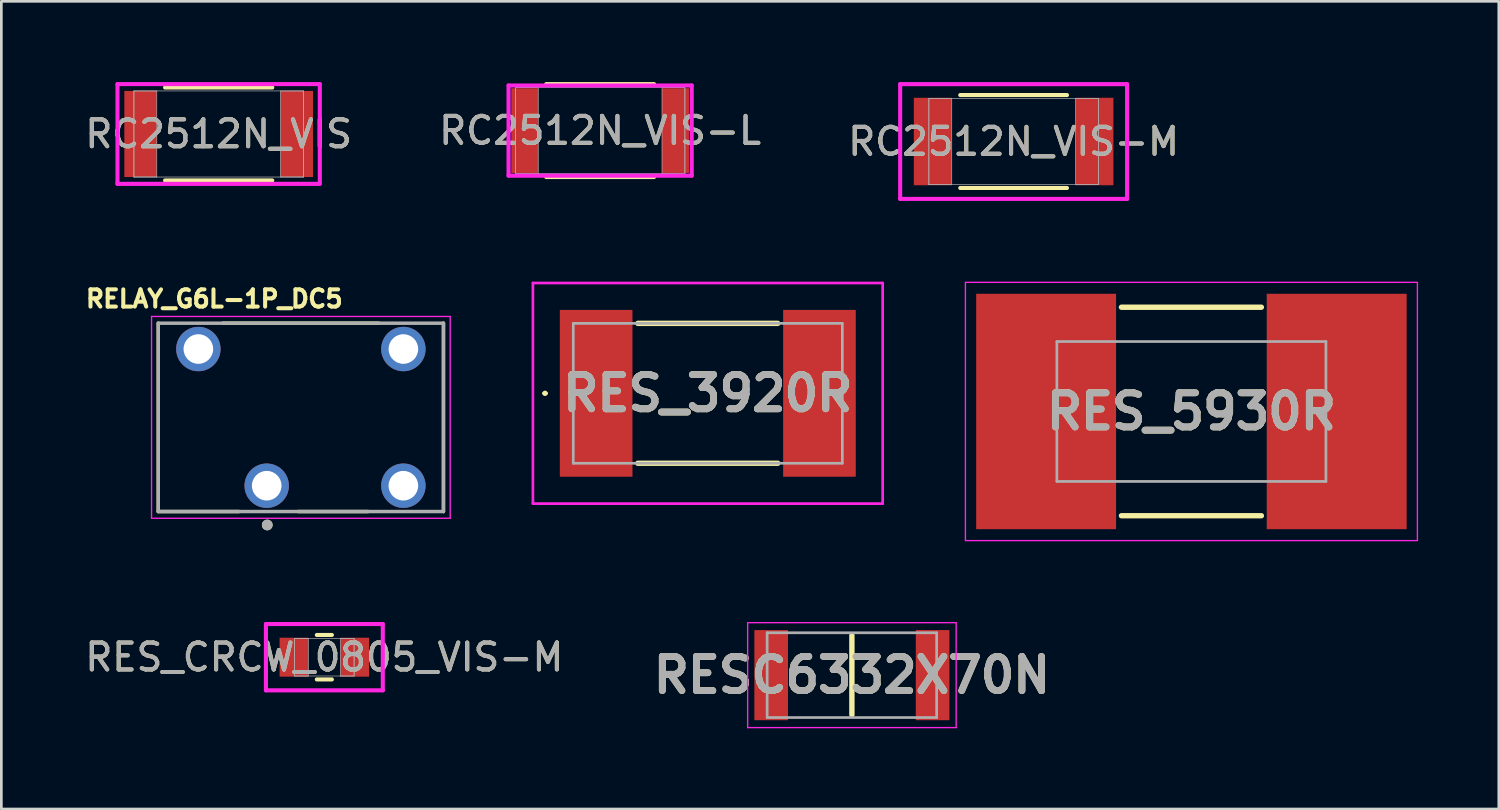
<source format=kicad_pcb>
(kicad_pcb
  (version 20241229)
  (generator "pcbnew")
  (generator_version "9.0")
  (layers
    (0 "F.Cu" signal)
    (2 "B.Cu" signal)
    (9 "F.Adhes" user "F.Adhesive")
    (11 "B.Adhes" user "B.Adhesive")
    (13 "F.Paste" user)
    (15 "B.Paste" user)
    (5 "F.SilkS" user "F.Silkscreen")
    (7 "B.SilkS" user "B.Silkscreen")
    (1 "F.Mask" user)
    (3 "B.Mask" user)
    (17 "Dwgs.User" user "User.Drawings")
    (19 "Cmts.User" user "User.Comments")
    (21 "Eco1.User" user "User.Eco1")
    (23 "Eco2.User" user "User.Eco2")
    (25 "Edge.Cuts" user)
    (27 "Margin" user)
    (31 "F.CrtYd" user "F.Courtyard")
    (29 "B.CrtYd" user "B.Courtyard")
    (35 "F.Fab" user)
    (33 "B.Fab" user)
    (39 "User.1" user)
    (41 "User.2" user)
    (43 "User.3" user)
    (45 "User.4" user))
  (footprint "RELAY_G6L-1P_DC5"
    (layer "F.Cu")
    (at 8.133 12.463)
    (property "Reference" "RELAY_G6L-1P_DC5" (at -3.218 -4.406 0) (layer "F.SilkS") (effects (font (size 0.64 0.64) (thickness 0.15))))
    (attr through_hole)
    (fp_line (start -5.3 -3.5) (end -5.3 3.5) (stroke (width 0.127) (type solid)) (layer "F.SilkS"))
    (fp_line (start -5.3 3.5) (end -2.3 3.5) (stroke (width 0.127) (type solid)) (layer "F.SilkS"))
    (fp_line (start -0.1 3.5) (end 2.5 3.5) (stroke (width 0.127) (type solid)) (layer "F.SilkS"))
    (fp_line (start 2.9 -3.5) (end -2.9 -3.5) (stroke (width 0.127) (type solid)) (layer "F.SilkS"))
    (fp_line (start 5.3 3.5) (end 5.3 -3.5) (stroke (width 0.127) (type solid)) (layer "F.SilkS"))
    (fp_circle (center -1.25 4) (end -1.15 4) (stroke (width 0.2) (type solid)) (fill no) (layer "F.SilkS"))
    (fp_line (start -5.55 -3.75) (end -5.55 3.75) (stroke (width 0.05) (type solid)) (layer "F.CrtYd"))
    (fp_line (start -5.55 3.75) (end 5.55 3.75) (stroke (width 0.05) (type solid)) (layer "F.CrtYd"))
    (fp_line (start 5.55 -3.75) (end -5.55 -3.75) (stroke (width 0.05) (type solid)) (layer "F.CrtYd"))
    (fp_line (start 5.55 3.75) (end 5.55 -3.75) (stroke (width 0.05) (type solid)) (layer "F.CrtYd"))
    (fp_line (start -5.3 -3.5) (end -5.3 3.5) (stroke (width 0.127) (type solid)) (layer "F.Fab"))
    (fp_line (start -5.3 3.5) (end 5.3 3.5) (stroke (width 0.127) (type solid)) (layer "F.Fab"))
    (fp_line (start 5.3 -3.5) (end -5.3 -3.5) (stroke (width 0.127) (type solid)) (layer "F.Fab"))
    (fp_line (start 5.3 3.5) (end 5.3 -3.5) (stroke (width 0.127) (type solid)) (layer "F.Fab"))
    (fp_circle (center -1.25 4) (end -1.15 4) (stroke (width 0.2) (type solid)) (fill no) (layer "F.Fab"))
    (pad "2" thru_hole circle (at -1.27 2.54) (size 1.65 1.65) (drill 1.1) (layers "*.Cu" "*.Mask"))
    (pad "4" thru_hole circle (at 3.81 2.54) (size 1.65 1.65) (drill 1.1) (layers "*.Cu" "*.Mask"))
    (pad "5" thru_hole circle (at 3.81 -2.54) (size 1.65 1.65) (drill 1.1) (layers "*.Cu" "*.Mask"))
    (pad "8" thru_hole circle (at -3.81 -2.54) (size 1.65 1.65) (drill 1.1) (layers "*.Cu" "*.Mask")))
  (footprint "RC2512N_VIS-M"
    (layer "F.Cu")
    (at 34.625 2.21)
    (property "Reference" "RC2512N_VIS-M" (at 0 0 0) (unlocked yes) (layer "F.SilkS") (effects (font (size 1 1) (thickness 0.15))))
    (attr smd)
    (fp_line (start -1.983 1.727) (end 1.983 1.727) (stroke (width 0.152) (type solid)) (layer "F.SilkS"))
    (fp_line (start 1.983 -1.727) (end -1.983 -1.727) (stroke (width 0.152) (type solid)) (layer "F.SilkS"))
    (fp_line (start -4.217 -2.133) (end 4.217 -2.133) (stroke (width 0.152) (type solid)) (layer "F.CrtYd"))
    (fp_line (start -4.217 2.133) (end -4.217 -2.133) (stroke (width 0.152) (type solid)) (layer "F.CrtYd"))
    (fp_line (start 4.217 -2.133) (end 4.217 2.133) (stroke (width 0.152) (type solid)) (layer "F.CrtYd"))
    (fp_line (start 4.217 2.133) (end -4.217 2.133) (stroke (width 0.152) (type solid)) (layer "F.CrtYd"))
    (fp_line (start -3.15 -1.6) (end -3.15 1.6) (stroke (width 0.025) (type solid)) (layer "F.Fab"))
    (fp_line (start -3.15 -1.6) (end -3.15 1.6) (stroke (width 0.025) (type solid)) (layer "F.Fab"))
    (fp_line (start -3.15 1.6) (end -2.3 1.6) (stroke (width 0.025) (type solid)) (layer "F.Fab"))
    (fp_line (start -3.15 1.6) (end 3.15 1.6) (stroke (width 0.025) (type solid)) (layer "F.Fab"))
    (fp_line (start -2.3 -1.6) (end -3.15 -1.6) (stroke (width 0.025) (type solid)) (layer "F.Fab"))
    (fp_line (start -2.3 1.6) (end -2.3 -1.6) (stroke (width 0.025) (type solid)) (layer "F.Fab"))
    (fp_line (start 2.3 -1.6) (end 2.3 1.6) (stroke (width 0.025) (type solid)) (layer "F.Fab"))
    (fp_line (start 2.3 1.6) (end 3.15 1.6) (stroke (width 0.025) (type solid)) (layer "F.Fab"))
    (fp_line (start 3.15 -1.6) (end -3.15 -1.6) (stroke (width 0.025) (type solid)) (layer "F.Fab"))
    (fp_line (start 3.15 -1.6) (end 2.3 -1.6) (stroke (width 0.025) (type solid)) (layer "F.Fab"))
    (fp_line (start 3.15 1.6) (end 3.15 -1.6) (stroke (width 0.025) (type solid)) (layer "F.Fab"))
    (fp_line (start 3.15 1.6) (end 3.15 -1.6) (stroke (width 0.025) (type solid)) (layer "F.Fab"))
    (fp_text user "${REFERENCE}" (at 0 0 0) (unlocked yes) (layer "F.Fab") (effects (font (size 1 1) (thickness 0.15))))
    (pad "1" smd rect (at -3.004 0) (size 1.409 3.251) (layers "F.Cu" "F.Mask" "F.Paste"))
    (pad "2" smd rect (at 3.004 0) (size 1.409 3.251) (layers "F.Cu" "F.Mask" "F.Paste"))
    (zone (net_name "") (layer "F.Cu") (hatch full 0.508) (connect_pads) (min_thickness 0.254) (filled_areas_thickness no) (keepout (tracks not_allowed) (vias not_allowed) (pads allowed) (copperpour not_allowed) (footprints allowed)) (placement (enabled no)) (fill) (polygon (pts (xy 32.376 0.66) (xy 36.874 0.66) (xy 36.874 3.759) (xy 32.376 3.759)))))
  (footprint "RES_CRCW_0805_VIS-M"
    (layer "F.Cu")
    (at 9.006 21.377)
    (property "Reference" "RES_CRCW_0805_VIS-M" (at 0 0 0) (unlocked yes) (layer "F.SilkS") (effects (font (size 1 1) (thickness 0.15))))
    (attr smd)
    (fp_line (start -0.28 0.826) (end 0.28 0.826) (stroke (width 0.152) (type solid)) (layer "F.SilkS"))
    (fp_line (start 0.28 -0.826) (end -0.28 -0.826) (stroke (width 0.152) (type solid)) (layer "F.SilkS"))
    (fp_line (start -2.172 -1.232) (end 2.172 -1.232) (stroke (width 0.152) (type solid)) (layer "F.CrtYd"))
    (fp_line (start -2.172 1.232) (end -2.172 -1.232) (stroke (width 0.152) (type solid)) (layer "F.CrtYd"))
    (fp_line (start 2.172 -1.232) (end 2.172 1.232) (stroke (width 0.152) (type solid)) (layer "F.CrtYd"))
    (fp_line (start 2.172 1.232) (end -2.172 1.232) (stroke (width 0.152) (type solid)) (layer "F.CrtYd"))
    (fp_line (start -1.105 -0.699) (end -1.105 0.699) (stroke (width 0.025) (type solid)) (layer "F.Fab"))
    (fp_line (start -1.105 -0.699) (end -1.105 0.699) (stroke (width 0.025) (type solid)) (layer "F.Fab"))
    (fp_line (start -1.105 0.699) (end -0.597 0.699) (stroke (width 0.025) (type solid)) (layer "F.Fab"))
    (fp_line (start -1.105 0.699) (end 1.105 0.699) (stroke (width 0.025) (type solid)) (layer "F.Fab"))
    (fp_line (start -0.597 -0.699) (end -1.105 -0.699) (stroke (width 0.025) (type solid)) (layer "F.Fab"))
    (fp_line (start -0.597 0.699) (end -0.597 -0.699) (stroke (width 0.025) (type solid)) (layer "F.Fab"))
    (fp_line (start 0.597 -0.699) (end 0.597 0.699) (stroke (width 0.025) (type solid)) (layer "F.Fab"))
    (fp_line (start 0.597 0.699) (end 1.105 0.699) (stroke (width 0.025) (type solid)) (layer "F.Fab"))
    (fp_line (start 1.105 -0.699) (end -1.105 -0.699) (stroke (width 0.025) (type solid)) (layer "F.Fab"))
    (fp_line (start 1.105 -0.699) (end 0.597 -0.699) (stroke (width 0.025) (type solid)) (layer "F.Fab"))
    (fp_line (start 1.105 0.699) (end 1.105 -0.699) (stroke (width 0.025) (type solid)) (layer "F.Fab"))
    (fp_line (start 1.105 0.699) (end 1.105 -0.699) (stroke (width 0.025) (type solid)) (layer "F.Fab"))
    (fp_text user "${REFERENCE}" (at 0 0 0) (unlocked yes) (layer "F.Fab") (effects (font (size 1 1) (thickness 0.15))))
    (pad "1" smd rect (at -1.13 0) (size 1.067 1.448) (layers "F.Cu" "F.Mask" "F.Paste"))
    (pad "2" smd rect (at 1.13 0) (size 1.067 1.448) (layers "F.Cu" "F.Mask" "F.Paste"))
    (zone (net_name "") (layer "F.Cu") (hatch full 0.508) (connect_pads) (min_thickness 0.254) (filled_areas_thickness no) (keepout (tracks not_allowed) (vias not_allowed) (pads allowed) (copperpour not_allowed) (footprints allowed)) (placement (enabled no)) (fill) (polygon (pts (xy 8.46 20.73) (xy 9.552 20.73) (xy 9.552 22.025) (xy 8.46 22.025)))))
  (footprint "RES_3920R"
    (layer "F.Cu")
    (at 23.258 11.569)
    (property "Reference" "RES_3920R" (at 0 0 0) (layer "F.SilkS") (effects (font (size 1.27 1.27) (thickness 0.254))))
    (attr smd)
    (fp_line (start -6.1 0) (end -6.1 0) (stroke (width 0.1) (type solid)) (layer "F.SilkS"))
    (fp_line (start -6 0) (end -6 0) (stroke (width 0.1) (type solid)) (layer "F.SilkS"))
    (fp_line (start -2.6 -2.6) (end 2.6 -2.6) (stroke (width 0.2) (type solid)) (layer "F.SilkS"))
    (fp_line (start -2.6 2.6) (end 2.6 2.6) (stroke (width 0.2) (type solid)) (layer "F.SilkS"))
    (fp_arc (start -6.1 0) (mid -6.05 -0.05) (end -6 0) (stroke (width 0.1) (type solid)) (layer "F.SilkS"))
    (fp_arc (start -6 0) (mid -6.05 0.05) (end -6.1 0) (stroke (width 0.1) (type solid)) (layer "F.SilkS"))
    (fp_line (start -6.5 -4.1) (end 6.5 -4.1) (stroke (width 0.1) (type solid)) (layer "F.CrtYd"))
    (fp_line (start -6.5 4.1) (end -6.5 -4.1) (stroke (width 0.1) (type solid)) (layer "F.CrtYd"))
    (fp_line (start 6.5 -4.1) (end 6.5 4.1) (stroke (width 0.1) (type solid)) (layer "F.CrtYd"))
    (fp_line (start 6.5 4.1) (end -6.5 4.1) (stroke (width 0.1) (type solid)) (layer "F.CrtYd"))
    (fp_line (start -5 -2.6) (end -5 2.6) (stroke (width 0.1) (type solid)) (layer "F.Fab"))
    (fp_line (start -5 2.6) (end 5 2.6) (stroke (width 0.1) (type solid)) (layer "F.Fab"))
    (fp_line (start 5 -2.6) (end -5 -2.6) (stroke (width 0.1) (type solid)) (layer "F.Fab"))
    (fp_line (start 5 2.6) (end 5 -2.6) (stroke (width 0.1) (type solid)) (layer "F.Fab"))
    (fp_text user "${REFERENCE}" (at 0 0 0) (layer "F.Fab") (effects (font (size 1.27 1.27) (thickness 0.254))))
    (pad "1" smd rect (at -4.15 0) (size 2.7 6.2) (layers "F.Cu" "F.Mask" "F.Paste"))
    (pad "2" smd rect (at 4.15 0) (size 2.7 6.2) (layers "F.Cu" "F.Mask" "F.Paste")))
  (footprint "RESC6332X70N"
    (layer "F.Cu")
    (at 28.614 22.044)
    (property "Reference" "RESC6332X70N" (at 0 0 0) (layer "F.SilkS") (effects (font (size 1.27 1.27) (thickness 0.254))))
    (attr smd)
    (fp_line (start 0 -1.475) (end 0 1.475) (stroke (width 0.2) (type solid)) (layer "F.SilkS"))
    (fp_line (start -3.875 -1.95) (end 3.875 -1.95) (stroke (width 0.05) (type solid)) (layer "F.CrtYd"))
    (fp_line (start -3.875 1.95) (end -3.875 -1.95) (stroke (width 0.05) (type solid)) (layer "F.CrtYd"))
    (fp_line (start 3.875 -1.95) (end 3.875 1.95) (stroke (width 0.05) (type solid)) (layer "F.CrtYd"))
    (fp_line (start 3.875 1.95) (end -3.875 1.95) (stroke (width 0.05) (type solid)) (layer "F.CrtYd"))
    (fp_line (start -3.15 -1.575) (end 3.15 -1.575) (stroke (width 0.1) (type solid)) (layer "F.Fab"))
    (fp_line (start -3.15 1.575) (end -3.15 -1.575) (stroke (width 0.1) (type solid)) (layer "F.Fab"))
    (fp_line (start 3.15 -1.575) (end 3.15 1.575) (stroke (width 0.1) (type solid)) (layer "F.Fab"))
    (fp_line (start 3.15 1.575) (end -3.15 1.575) (stroke (width 0.1) (type solid)) (layer "F.Fab"))
    (fp_text user "${REFERENCE}" (at 0 0 0) (layer "F.Fab") (effects (font (size 1.27 1.27) (thickness 0.254))))
    (pad "1" smd rect (at -3 0) (size 1.25 3.35) (layers "F.Cu" "F.Mask" "F.Paste"))
    (pad "2" smd rect (at 3 0) (size 1.25 3.35) (layers "F.Cu" "F.Mask" "F.Paste")))
  (footprint "RES_5930R"
    (layer "F.Cu")
    (at 41.233 12.244)
    (property "Reference" "RES_5930R" (at 0 0 0) (layer "F.SilkS") (effects (font (size 1.27 1.27) (thickness 0.254))))
    (attr smd)
    (fp_line (start -2.6 -3.875) (end 2.6 -3.875) (stroke (width 0.2) (type solid)) (layer "F.SilkS"))
    (fp_line (start -2.6 3.875) (end 2.6 3.875) (stroke (width 0.2) (type solid)) (layer "F.SilkS"))
    (fp_rect (start -8.4 -4.8) (end 8.4 4.8) (stroke (width 0.05) (type default)) (fill no) (layer "F.CrtYd"))
    (fp_line (start -5 -2.6) (end -5 2.6) (stroke (width 0.1) (type solid)) (layer "F.Fab"))
    (fp_line (start -5 2.6) (end 5 2.6) (stroke (width 0.1) (type solid)) (layer "F.Fab"))
    (fp_line (start 5 -2.6) (end -5 -2.6) (stroke (width 0.1) (type solid)) (layer "F.Fab"))
    (fp_line (start 5 2.6) (end 5 -2.6) (stroke (width 0.1) (type solid)) (layer "F.Fab"))
    (fp_text user "${REFERENCE}" (at 0 0 0) (layer "F.Fab") (effects (font (size 1.27 1.27) (thickness 0.254))))
    (pad "1" smd rect (at -5.4 0) (size 5.2 8.75) (layers "F.Cu" "F.Mask" "F.Paste"))
    (pad "2" smd rect (at 5.4 0) (size 5.2 8.75) (layers "F.Cu" "F.Mask" "F.Paste")))
  (footprint "RC2512N_VIS-L"
    (layer "F.Cu")
    (at 19.256 1.803)
    (property "Reference" "RC2512N_VIS-L" (at 0 0 0) (unlocked yes) (layer "F.SilkS") (effects (font (size 1 1) (thickness 0.15))))
    (attr smd)
    (fp_line (start -2.004 1.727) (end 2.004 1.727) (stroke (width 0.152) (type solid)) (layer "F.SilkS"))
    (fp_line (start 2.004 -1.727) (end -2.004 -1.727) (stroke (width 0.152) (type solid)) (layer "F.SilkS"))
    (fp_line (start -3.404 -1.676) (end 3.404 -1.676) (stroke (width 0.152) (type solid)) (layer "F.CrtYd"))
    (fp_line (start -3.404 1.676) (end -3.404 -1.676) (stroke (width 0.152) (type solid)) (layer "F.CrtYd"))
    (fp_line (start 3.404 -1.676) (end 3.404 1.676) (stroke (width 0.152) (type solid)) (layer "F.CrtYd"))
    (fp_line (start 3.404 1.676) (end -3.404 1.676) (stroke (width 0.152) (type solid)) (layer "F.CrtYd"))
    (fp_line (start -3.15 -1.6) (end -3.15 1.6) (stroke (width 0.025) (type solid)) (layer "F.Fab"))
    (fp_line (start -3.15 -1.6) (end -3.15 1.6) (stroke (width 0.025) (type solid)) (layer "F.Fab"))
    (fp_line (start -3.15 1.6) (end -2.3 1.6) (stroke (width 0.025) (type solid)) (layer "F.Fab"))
    (fp_line (start -3.15 1.6) (end 3.15 1.6) (stroke (width 0.025) (type solid)) (layer "F.Fab"))
    (fp_line (start -2.3 -1.6) (end -3.15 -1.6) (stroke (width 0.025) (type solid)) (layer "F.Fab"))
    (fp_line (start -2.3 1.6) (end -2.3 -1.6) (stroke (width 0.025) (type solid)) (layer "F.Fab"))
    (fp_line (start 2.3 -1.6) (end 2.3 1.6) (stroke (width 0.025) (type solid)) (layer "F.Fab"))
    (fp_line (start 2.3 1.6) (end 3.15 1.6) (stroke (width 0.025) (type solid)) (layer "F.Fab"))
    (fp_line (start 3.15 -1.6) (end -3.15 -1.6) (stroke (width 0.025) (type solid)) (layer "F.Fab"))
    (fp_line (start 3.15 -1.6) (end 2.3 -1.6) (stroke (width 0.025) (type solid)) (layer "F.Fab"))
    (fp_line (start 3.15 1.6) (end 3.15 -1.6) (stroke (width 0.025) (type solid)) (layer "F.Fab"))
    (fp_line (start 3.15 1.6) (end 3.15 -1.6) (stroke (width 0.025) (type solid)) (layer "F.Fab"))
    (fp_text user "${REFERENCE}" (at 0 0 0) (unlocked yes) (layer "F.Fab") (effects (font (size 1 1) (thickness 0.15))))
    (pad "1" smd rect (at -2.801 0) (size 1.002 3.149) (layers "F.Cu" "F.Mask" "F.Paste"))
    (pad "2" smd rect (at 2.801 0) (size 1.002 3.149) (layers "F.Cu" "F.Mask" "F.Paste"))
    (zone (net_name "") (layer "F.Cu") (hatch full 0.508) (connect_pads) (min_thickness 0.254) (filled_areas_thickness no) (keepout (tracks not_allowed) (vias not_allowed) (pads allowed) (copperpour not_allowed) (footprints allowed)) (placement (enabled no)) (fill) (polygon (pts (xy 17.007 0.254) (xy 21.505 0.254) (xy 21.505 3.352) (xy 17.007 3.352)))))
  (footprint "RC2512N_VIS"
    (layer "F.Cu")
    (at 5.077 1.93)
    (property "Reference" "RC2512N_VIS" (at 0 0 0) (unlocked yes) (layer "F.SilkS") (effects (font (size 1 1) (thickness 0.15))))
    (attr smd)
    (fp_line (start -1.992 1.727) (end 1.992 1.727) (stroke (width 0.152) (type solid)) (layer "F.SilkS"))
    (fp_line (start 1.992 -1.727) (end -1.992 -1.727) (stroke (width 0.152) (type solid)) (layer "F.SilkS"))
    (fp_line (start -3.76 -1.854) (end 3.76 -1.854) (stroke (width 0.152) (type solid)) (layer "F.CrtYd"))
    (fp_line (start -3.76 1.854) (end -3.76 -1.854) (stroke (width 0.152) (type solid)) (layer "F.CrtYd"))
    (fp_line (start 3.76 -1.854) (end 3.76 1.854) (stroke (width 0.152) (type solid)) (layer "F.CrtYd"))
    (fp_line (start 3.76 1.854) (end -3.76 1.854) (stroke (width 0.152) (type solid)) (layer "F.CrtYd"))
    (fp_line (start -3.15 -1.6) (end -3.15 1.6) (stroke (width 0.025) (type solid)) (layer "F.Fab"))
    (fp_line (start -3.15 -1.6) (end -3.15 1.6) (stroke (width 0.025) (type solid)) (layer "F.Fab"))
    (fp_line (start -3.15 1.6) (end -2.3 1.6) (stroke (width 0.025) (type solid)) (layer "F.Fab"))
    (fp_line (start -3.15 1.6) (end 3.15 1.6) (stroke (width 0.025) (type solid)) (layer "F.Fab"))
    (fp_line (start -2.3 -1.6) (end -3.15 -1.6) (stroke (width 0.025) (type solid)) (layer "F.Fab"))
    (fp_line (start -2.3 1.6) (end -2.3 -1.6) (stroke (width 0.025) (type solid)) (layer "F.Fab"))
    (fp_line (start 2.3 -1.6) (end 2.3 1.6) (stroke (width 0.025) (type solid)) (layer "F.Fab"))
    (fp_line (start 2.3 1.6) (end 3.15 1.6) (stroke (width 0.025) (type solid)) (layer "F.Fab"))
    (fp_line (start 3.15 -1.6) (end -3.15 -1.6) (stroke (width 0.025) (type solid)) (layer "F.Fab"))
    (fp_line (start 3.15 -1.6) (end 2.3 -1.6) (stroke (width 0.025) (type solid)) (layer "F.Fab"))
    (fp_line (start 3.15 1.6) (end 3.15 -1.6) (stroke (width 0.025) (type solid)) (layer "F.Fab"))
    (fp_line (start 3.15 1.6) (end 3.15 -1.6) (stroke (width 0.025) (type solid)) (layer "F.Fab"))
    (fp_text user "${REFERENCE}" (at 0 0 0) (unlocked yes) (layer "F.Fab") (effects (font (size 1 1) (thickness 0.15))))
    (pad "1" smd rect (at -2.903 0) (size 1.206 3.2) (layers "F.Cu" "F.Mask" "F.Paste"))
    (pad "2" smd rect (at 2.903 0) (size 1.206 3.2) (layers "F.Cu" "F.Mask" "F.Paste"))
    (zone (net_name "") (layer "F.Cu") (hatch full 0.508) (connect_pads) (min_thickness 0.254) (filled_areas_thickness no) (keepout (tracks not_allowed) (vias not_allowed) (pads allowed) (copperpour not_allowed) (footprints allowed)) (placement (enabled no)) (fill) (polygon (pts (xy 2.828 0.381) (xy 7.327 0.381) (xy 7.327 3.479) (xy 2.828 3.479)))))
  (gr_rect
    (start -3 -3)
    (end 52.658 27.019)
    (stroke (width 0.1) (type default))
    (fill no)
    (layer "Edge.Cuts")))
</source>
